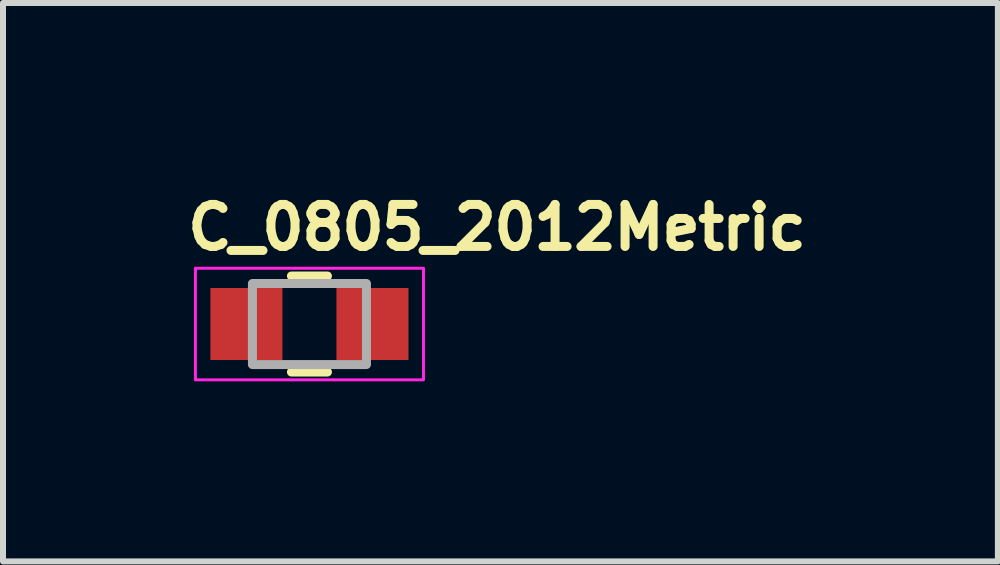
<source format=kicad_pcb>
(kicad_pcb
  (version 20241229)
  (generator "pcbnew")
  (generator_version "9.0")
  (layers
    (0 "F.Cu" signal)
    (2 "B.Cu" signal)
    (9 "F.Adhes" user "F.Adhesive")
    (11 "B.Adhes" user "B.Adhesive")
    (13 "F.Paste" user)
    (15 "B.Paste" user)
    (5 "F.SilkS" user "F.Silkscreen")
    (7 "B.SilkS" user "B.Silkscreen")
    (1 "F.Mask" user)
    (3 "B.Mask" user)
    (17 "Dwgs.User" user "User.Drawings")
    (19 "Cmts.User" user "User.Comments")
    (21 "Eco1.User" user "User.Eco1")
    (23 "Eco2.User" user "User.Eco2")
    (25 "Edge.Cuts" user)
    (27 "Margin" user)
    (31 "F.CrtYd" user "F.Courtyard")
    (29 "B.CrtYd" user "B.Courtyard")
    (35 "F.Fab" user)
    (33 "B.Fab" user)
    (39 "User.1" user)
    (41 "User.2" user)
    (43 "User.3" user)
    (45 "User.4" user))
  (footprint "C_0805_2012Metric"
    (layer "F.Cu")
    (at 2.106 2.349)
    (property "Reference" "C_0805_2012Metric" (at -2.106 -1.199 0) (layer "F.SilkS") (effects (font (size 0.7 0.7) (thickness 0.15)) (justify left bottom)))
    (attr smd)
    (fp_line (start -0.3 -0.8) (end 0.3 -0.8) (stroke (width 0.15) (type solid)) (layer "F.SilkS"))
    (fp_line (start -0.3 0.8) (end 0.3 0.8) (stroke (width 0.15) (type solid)) (layer "F.SilkS"))
    (fp_rect (start -1.9 -0.93) (end 1.9 0.93) (stroke (width 0.05) (type solid)) (fill no) (layer "F.CrtYd"))
    (fp_rect (start -0.95 -0.675) (end 0.95 0.675) (stroke (width 0.15) (type solid)) (fill no) (layer "F.Fab"))
    (fp_rect (start -1 -0.624) (end 1 0.624) (stroke (width 0.1) (type solid)) (fill no) (layer "User.5"))
    (fp_line (start -1 -0.62) (end -1 -0.619) (stroke (width 0.02) (type solid)) (layer "User.9"))
    (fp_line (start -1 -0.619) (end -1 -0.619) (stroke (width 0.02) (type solid)) (layer "User.9"))
    (fp_line (start -1 -0.619) (end -1 -0.618) (stroke (width 0.02) (type solid)) (layer "User.9"))
    (fp_line (start -1 -0.618) (end -1 -0.618) (stroke (width 0.02) (type solid)) (layer "User.9"))
    (fp_line (start -1 -0.618) (end -1 -0.618) (stroke (width 0.02) (type solid)) (layer "User.9"))
    (fp_line (start -1 -0.618) (end -1 -0.617) (stroke (width 0.02) (type solid)) (layer "User.9"))
    (fp_line (start -1 -0.617) (end -1 -0.617) (stroke (width 0.02) (type solid)) (layer "User.9"))
    (fp_line (start -1 -0.617) (end -1 -0.616) (stroke (width 0.02) (type solid)) (layer "User.9"))
    (fp_line (start -1 -0.616) (end -1 -0.615) (stroke (width 0.02) (type solid)) (layer "User.9"))
    (fp_line (start -1 -0.615) (end -1 -0.615) (stroke (width 0.02) (type solid)) (layer "User.9"))
    (fp_line (start -1 -0.615) (end -1 -0.615) (stroke (width 0.02) (type solid)) (layer "User.9"))
    (fp_line (start -1 -0.615) (end -1 -0.614) (stroke (width 0.02) (type solid)) (layer "User.9"))
    (fp_line (start -1 -0.615) (end -1 0.613) (stroke (width 0.02) (type solid)) (layer "User.9"))
    (fp_line (start -1 -0.614) (end -1 -0.614) (stroke (width 0.02) (type solid)) (layer "User.9"))
    (fp_line (start -1 -0.614) (end -1 -0.613) (stroke (width 0.02) (type solid)) (layer "User.9"))
    (fp_line (start -1 -0.613) (end -1 -0.613) (stroke (width 0.02) (type solid)) (layer "User.9"))
    (fp_line (start -1 -0.613) (end -1 -0.613) (stroke (width 0.02) (type solid)) (layer "User.9"))
    (fp_line (start -1 -0.613) (end -1 -0.612) (stroke (width 0.02) (type solid)) (layer "User.9"))
    (fp_line (start -1 -0.612) (end -1 -0.612) (stroke (width 0.02) (type solid)) (layer "User.9"))
    (fp_line (start -1 -0.612) (end -1 -0.611) (stroke (width 0.02) (type solid)) (layer "User.9"))
    (fp_line (start -1 -0.611) (end -0.999 -0.611) (stroke (width 0.02) (type solid)) (layer "User.9"))
    (fp_line (start -1 0.609) (end -1 0.61) (stroke (width 0.02) (type solid)) (layer "User.9"))
    (fp_line (start -1 0.61) (end -1 0.61) (stroke (width 0.02) (type solid)) (layer "User.9"))
    (fp_line (start -1 0.61) (end -1 0.611) (stroke (width 0.02) (type solid)) (layer "User.9"))
    (fp_line (start -1 0.611) (end -1 0.611) (stroke (width 0.02) (type solid)) (layer "User.9"))
    (fp_line (start -1 0.611) (end -1 0.611) (stroke (width 0.02) (type solid)) (layer "User.9"))
    (fp_line (start -1 0.611) (end -1 0.612) (stroke (width 0.02) (type solid)) (layer "User.9"))
    (fp_line (start -1 0.612) (end -1 0.612) (stroke (width 0.02) (type solid)) (layer "User.9"))
    (fp_line (start -1 0.612) (end -1 0.613) (stroke (width 0.02) (type solid)) (layer "User.9"))
    (fp_line (start -1 0.613) (end -1 0.613) (stroke (width 0.02) (type solid)) (layer "User.9"))
    (fp_line (start -1 0.613) (end -1 0.613) (stroke (width 0.02) (type solid)) (layer "User.9"))
    (fp_line (start -1 0.613) (end -1 0.614) (stroke (width 0.02) (type solid)) (layer "User.9"))
    (fp_line (start -1 0.614) (end -1 0.615) (stroke (width 0.02) (type solid)) (layer "User.9"))
    (fp_line (start -1 0.615) (end -1 0.615) (stroke (width 0.02) (type solid)) (layer "User.9"))
    (fp_line (start -1 0.615) (end -1 0.616) (stroke (width 0.02) (type solid)) (layer "User.9"))
    (fp_line (start -1 0.616) (end -1 0.616) (stroke (width 0.02) (type solid)) (layer "User.9"))
    (fp_line (start -1 0.616) (end -1 0.616) (stroke (width 0.02) (type solid)) (layer "User.9"))
    (fp_line (start -1 0.616) (end -1 0.617) (stroke (width 0.02) (type solid)) (layer "User.9"))
    (fp_line (start -1 0.617) (end -1 0.617) (stroke (width 0.02) (type solid)) (layer "User.9"))
    (fp_line (start -1 0.617) (end -1 0.618) (stroke (width 0.02) (type solid)) (layer "User.9"))
    (fp_line (start -1 0.618) (end -0.999 0.618) (stroke (width 0.02) (type solid)) (layer "User.9"))
    (fp_line (start -0.999 -0.621) (end -0.999 -0.621) (stroke (width 0.02) (type solid)) (layer "User.9"))
    (fp_line (start -0.999 -0.621) (end -0.999 -0.621) (stroke (width 0.02) (type solid)) (layer "User.9"))
    (fp_line (start -0.999 -0.621) (end -0.999 -0.62) (stroke (width 0.02) (type solid)) (layer "User.9"))
    (fp_line (start -0.999 -0.62) (end -1 -0.62) (stroke (width 0.02) (type solid)) (layer "User.9"))
    (fp_line (start -0.999 -0.611) (end -0.999 -0.61) (stroke (width 0.02) (type solid)) (layer "User.9"))
    (fp_line (start -0.999 -0.61) (end -0.999 -0.61) (stroke (width 0.02) (type solid)) (layer "User.9"))
    (fp_line (start -0.999 -0.61) (end -0.999 -0.61) (stroke (width 0.02) (type solid)) (layer "User.9"))
    (fp_line (start -0.999 -0.61) (end -0.998 -0.609) (stroke (width 0.02) (type solid)) (layer "User.9"))
    (fp_line (start -0.999 0.608) (end -0.999 0.608) (stroke (width 0.02) (type solid)) (layer "User.9"))
    (fp_line (start -0.999 0.608) (end -0.999 0.608) (stroke (width 0.02) (type solid)) (layer "User.9"))
    (fp_line (start -0.999 0.608) (end -0.999 0.609) (stroke (width 0.02) (type solid)) (layer "User.9"))
    (fp_line (start -0.999 0.609) (end -1 0.609) (stroke (width 0.02) (type solid)) (layer "User.9"))
    (fp_line (start -0.999 0.618) (end -0.999 0.619) (stroke (width 0.02) (type solid)) (layer "User.9"))
    (fp_line (start -0.999 0.619) (end -0.999 0.619) (stroke (width 0.02) (type solid)) (layer "User.9"))
    (fp_line (start -0.999 0.619) (end -0.999 0.619) (stroke (width 0.02) (type solid)) (layer "User.9"))
    (fp_line (start -0.999 0.619) (end -0.998 0.62) (stroke (width 0.02) (type solid)) (layer "User.9"))
    (fp_line (start -0.998 -0.623) (end -0.998 -0.622) (stroke (width 0.02) (type solid)) (layer "User.9"))
    (fp_line (start -0.998 -0.622) (end -0.999 -0.621) (stroke (width 0.02) (type solid)) (layer "User.9"))
    (fp_line (start -0.998 -0.622) (end -0.998 -0.622) (stroke (width 0.02) (type solid)) (layer "User.9"))
    (fp_line (start -0.998 -0.609) (end -0.998 -0.609) (stroke (width 0.02) (type solid)) (layer "User.9"))
    (fp_line (start -0.998 -0.609) (end -0.998 -0.608) (stroke (width 0.02) (type solid)) (layer "User.9"))
    (fp_line (start -0.998 -0.608) (end -0.997 -0.608) (stroke (width 0.02) (type solid)) (layer "User.9"))
    (fp_line (start -0.998 0.606) (end -0.998 0.607) (stroke (width 0.02) (type solid)) (layer "User.9"))
    (fp_line (start -0.998 0.607) (end -0.999 0.608) (stroke (width 0.02) (type solid)) (layer "User.9"))
    (fp_line (start -0.998 0.607) (end -0.998 0.607) (stroke (width 0.02) (type solid)) (layer "User.9"))
    (fp_line (start -0.998 0.62) (end -0.998 0.62) (stroke (width 0.02) (type solid)) (layer "User.9"))
    (fp_line (start -0.998 0.62) (end -0.998 0.621) (stroke (width 0.02) (type solid)) (layer "User.9"))
    (fp_line (start -0.998 0.621) (end -0.997 0.621) (stroke (width 0.02) (type solid)) (layer "User.9"))
    (fp_line (start -0.997 -0.623) (end -0.998 -0.623) (stroke (width 0.02) (type solid)) (layer "User.9"))
    (fp_line (start -0.997 -0.623) (end -0.997 -0.623) (stroke (width 0.02) (type solid)) (layer "User.9"))
    (fp_line (start -0.997 -0.608) (end -0.997 -0.608) (stroke (width 0.02) (type solid)) (layer "User.9"))
    (fp_line (start -0.997 -0.608) (end -0.996 -0.607) (stroke (width 0.02) (type solid)) (layer "User.9"))
    (fp_line (start -0.997 0.606) (end -0.998 0.606) (stroke (width 0.02) (type solid)) (layer "User.9"))
    (fp_line (start -0.997 0.606) (end -0.997 0.606) (stroke (width 0.02) (type solid)) (layer "User.9"))
    (fp_line (start -0.997 0.621) (end -0.997 0.621) (stroke (width 0.02) (type solid)) (layer "User.9"))
    (fp_line (start -0.997 0.621) (end -0.996 0.622) (stroke (width 0.02) (type solid)) (layer "User.9"))
    (fp_line (start -0.996 -0.624) (end -0.997 -0.623) (stroke (width 0.02) (type solid)) (layer "User.9"))
    (fp_line (start -0.996 -0.624) (end -0.996 -0.624) (stroke (width 0.02) (type solid)) (layer "User.9"))
    (fp_line (start -0.996 -0.624) (end -0.996 -0.624) (stroke (width 0.02) (type solid)) (layer "User.9"))
    (fp_line (start -0.996 -0.607) (end -0.996 -0.607) (stroke (width 0.02) (type solid)) (layer "User.9"))
    (fp_line (start -0.996 -0.607) (end -0.996 -0.607) (stroke (width 0.02) (type solid)) (layer "User.9"))
    (fp_line (start -0.996 -0.607) (end -0.995 -0.607) (stroke (width 0.02) (type solid)) (layer "User.9"))
    (fp_line (start -0.996 0.605) (end -0.997 0.606) (stroke (width 0.02) (type solid)) (layer "User.9"))
    (fp_line (start -0.996 0.605) (end -0.996 0.605) (stroke (width 0.02) (type solid)) (layer "User.9"))
    (fp_line (start -0.996 0.605) (end -0.996 0.605) (stroke (width 0.02) (type solid)) (layer "User.9"))
    (fp_line (start -0.996 0.622) (end -0.996 0.622) (stroke (width 0.02) (type solid)) (layer "User.9"))
    (fp_line (start -0.996 0.622) (end -0.996 0.622) (stroke (width 0.02) (type solid)) (layer "User.9"))
    (fp_line (start -0.996 0.622) (end -0.995 0.622) (stroke (width 0.02) (type solid)) (layer "User.9"))
    (fp_line (start -0.995 -0.625) (end -0.995 -0.624) (stroke (width 0.02) (type solid)) (layer "User.9"))
    (fp_line (start -0.995 -0.624) (end -0.996 -0.624) (stroke (width 0.02) (type solid)) (layer "User.9"))
    (fp_line (start -0.995 -0.607) (end -0.995 -0.606) (stroke (width 0.02) (type solid)) (layer "User.9"))
    (fp_line (start -0.995 -0.606) (end -0.994 -0.606) (stroke (width 0.02) (type solid)) (layer "User.9"))
    (fp_line (start -0.995 0.604) (end -0.995 0.605) (stroke (width 0.02) (type solid)) (layer "User.9"))
    (fp_line (start -0.995 0.605) (end -0.996 0.605) (stroke (width 0.02) (type solid)) (layer "User.9"))
    (fp_line (start -0.995 0.622) (end -0.995 0.623) (stroke (width 0.02) (type solid)) (layer "User.9"))
    (fp_line (start -0.995 0.623) (end -0.994 0.623) (stroke (width 0.02) (type solid)) (layer "User.9"))
    (fp_line (start -0.994 -0.625) (end -0.995 -0.625) (stroke (width 0.02) (type solid)) (layer "User.9"))
    (fp_line (start -0.994 -0.625) (end -0.994 -0.625) (stroke (width 0.02) (type solid)) (layer "User.9"))
    (fp_line (start -0.994 -0.606) (end -0.994 -0.606) (stroke (width 0.02) (type solid)) (layer "User.9"))
    (fp_line (start -0.994 -0.606) (end -0.993 -0.606) (stroke (width 0.02) (type solid)) (layer "User.9"))
    (fp_line (start -0.994 0.604) (end -0.995 0.604) (stroke (width 0.02) (type solid)) (layer "User.9"))
    (fp_line (start -0.994 0.604) (end -0.994 0.604) (stroke (width 0.02) (type solid)) (layer "User.9"))
    (fp_line (start -0.994 0.623) (end -0.994 0.623) (stroke (width 0.02) (type solid)) (layer "User.9"))
    (fp_line (start -0.994 0.623) (end -0.993 0.623) (stroke (width 0.02) (type solid)) (layer "User.9"))
    (fp_line (start -0.993 -0.625) (end -0.994 -0.625) (stroke (width 0.02) (type solid)) (layer "User.9"))
    (fp_line (start -0.993 -0.625) (end -0.993 -0.625) (stroke (width 0.02) (type solid)) (layer "User.9"))
    (fp_line (start -0.993 -0.625) (end -0.993 -0.625) (stroke (width 0.02) (type solid)) (layer "User.9"))
    (fp_line (start -0.993 -0.606) (end -0.993 -0.606) (stroke (width 0.02) (type solid)) (layer "User.9"))
    (fp_line (start -0.993 -0.606) (end -0.993 -0.606) (stroke (width 0.02) (type solid)) (layer "User.9"))
    (fp_line (start -0.993 -0.606) (end -0.992 -0.606) (stroke (width 0.02) (type solid)) (layer "User.9"))
    (fp_line (start -0.993 0.604) (end -0.994 0.604) (stroke (width 0.02) (type solid)) (layer "User.9"))
    (fp_line (start -0.993 0.604) (end -0.993 0.604) (stroke (width 0.02) (type solid)) (layer "User.9"))
    (fp_line (start -0.993 0.604) (end -0.993 0.604) (stroke (width 0.02) (type solid)) (layer "User.9"))
    (fp_line (start -0.993 0.623) (end -0.993 0.623) (stroke (width 0.02) (type solid)) (layer "User.9"))
    (fp_line (start -0.993 0.623) (end -0.993 0.623) (stroke (width 0.02) (type solid)) (layer "User.9"))
    (fp_line (start -0.993 0.623) (end -0.992 0.623) (stroke (width 0.02) (type solid)) (layer "User.9"))
    (fp_line (start -0.992 -0.625) (end -0.993 -0.625) (stroke (width 0.02) (type solid)) (layer "User.9"))
    (fp_line (start -0.992 -0.625) (end -0.992 -0.625) (stroke (width 0.02) (type solid)) (layer "User.9"))
    (fp_line (start -0.992 -0.606) (end -0.992 -0.606) (stroke (width 0.02) (type solid)) (layer "User.9"))
    (fp_line (start -0.992 -0.606) (end -0.991 -0.606) (stroke (width 0.02) (type solid)) (layer "User.9"))
    (fp_line (start -0.992 0.604) (end -0.993 0.604) (stroke (width 0.02) (type solid)) (layer "User.9"))
    (fp_line (start -0.992 0.604) (end -0.992 0.604) (stroke (width 0.02) (type solid)) (layer "User.9"))
    (fp_line (start -0.992 0.623) (end -0.992 0.623) (stroke (width 0.02) (type solid)) (layer "User.9"))
    (fp_line (start -0.992 0.623) (end -0.991 0.623) (stroke (width 0.02) (type solid)) (layer "User.9"))
    (fp_line (start -0.991 -0.625) (end -0.992 -0.625) (stroke (width 0.02) (type solid)) (layer "User.9"))
    (fp_line (start -0.991 -0.606) (end -0.99 -0.605) (stroke (width 0.02) (type solid)) (layer "User.9"))
    (fp_line (start -0.991 0.604) (end -0.992 0.604) (stroke (width 0.02) (type solid)) (layer "User.9"))
    (fp_line (start -0.991 0.623) (end -0.99 0.623) (stroke (width 0.02) (type solid)) (layer "User.9"))
    (fp_line (start -0.99 -0.625) (end -0.991 -0.625) (stroke (width 0.02) (type solid)) (layer "User.9"))
    (fp_line (start -0.99 -0.625) (end -0.99 -0.625) (stroke (width 0.02) (type solid)) (layer "User.9"))
    (fp_line (start -0.99 -0.625) (end -0.99 -0.625) (stroke (width 0.02) (type solid)) (layer "User.9"))
    (fp_line (start -0.99 -0.606) (end -0.989 -0.606) (stroke (width 0.02) (type solid)) (layer "User.9"))
    (fp_line (start -0.99 -0.605) (end -0.99 -0.606) (stroke (width 0.02) (type solid)) (layer "User.9"))
    (fp_line (start -0.99 -0.605) (end -0.99 -0.605) (stroke (width 0.02) (type solid)) (layer "User.9"))
    (fp_line (start -0.99 0.604) (end -0.991 0.604) (stroke (width 0.02) (type solid)) (layer "User.9"))
    (fp_line (start -0.99 0.604) (end -0.99 0.604) (stroke (width 0.02) (type solid)) (layer "User.9"))
    (fp_line (start -0.99 0.604) (end -0.99 0.604) (stroke (width 0.02) (type solid)) (layer "User.9"))
    (fp_line (start -0.99 0.623) (end -0.99 0.623) (stroke (width 0.02) (type solid)) (layer "User.9"))
    (fp_line (start -0.99 0.623) (end -0.99 0.623) (stroke (width 0.02) (type solid)) (layer "User.9"))
    (fp_line (start -0.99 0.623) (end -0.989 0.623) (stroke (width 0.02) (type solid)) (layer "User.9"))
    (fp_line (start -0.99 0.623) (end -0.5 0.623) (stroke (width 0.02) (type solid)) (layer "User.9"))
    (fp_line (start -0.989 -0.625) (end -0.99 -0.625) (stroke (width 0.02) (type solid)) (layer "User.9"))
    (fp_line (start -0.989 -0.625) (end -0.989 -0.625) (stroke (width 0.02) (type solid)) (layer "User.9"))
    (fp_line (start -0.989 -0.606) (end -0.989 -0.606) (stroke (width 0.02) (type solid)) (layer "User.9"))
    (fp_line (start -0.989 -0.606) (end -0.988 -0.606) (stroke (width 0.02) (type solid)) (layer "User.9"))
    (fp_line (start -0.989 0.604) (end -0.99 0.604) (stroke (width 0.02) (type solid)) (layer "User.9"))
    (fp_line (start -0.989 0.604) (end -0.989 0.604) (stroke (width 0.02) (type solid)) (layer "User.9"))
    (fp_line (start -0.989 0.623) (end -0.989 0.623) (stroke (width 0.02) (type solid)) (layer "User.9"))
    (fp_line (start -0.989 0.623) (end -0.988 0.623) (stroke (width 0.02) (type solid)) (layer "User.9"))
    (fp_line (start -0.988 -0.625) (end -0.989 -0.625) (stroke (width 0.02) (type solid)) (layer "User.9"))
    (fp_line (start -0.988 -0.625) (end -0.988 -0.625) (stroke (width 0.02) (type solid)) (layer "User.9"))
    (fp_line (start -0.988 -0.625) (end -0.988 -0.625) (stroke (width 0.02) (type solid)) (layer "User.9"))
    (fp_line (start -0.988 -0.606) (end -0.988 -0.606) (stroke (width 0.02) (type solid)) (layer "User.9"))
    (fp_line (start -0.988 -0.606) (end -0.988 -0.606) (stroke (width 0.02) (type solid)) (layer "User.9"))
    (fp_line (start -0.988 -0.606) (end -0.987 -0.606) (stroke (width 0.02) (type solid)) (layer "User.9"))
    (fp_line (start -0.988 0.604) (end -0.989 0.604) (stroke (width 0.02) (type solid)) (layer "User.9"))
    (fp_line (start -0.988 0.604) (end -0.988 0.604) (stroke (width 0.02) (type solid)) (layer "User.9"))
    (fp_line (start -0.988 0.604) (end -0.988 0.604) (stroke (width 0.02) (type solid)) (layer "User.9"))
    (fp_line (start -0.988 0.623) (end -0.988 0.623) (stroke (width 0.02) (type solid)) (layer "User.9"))
    (fp_line (start -0.988 0.623) (end -0.988 0.623) (stroke (width 0.02) (type solid)) (layer "User.9"))
    (fp_line (start -0.988 0.623) (end -0.987 0.623) (stroke (width 0.02) (type solid)) (layer "User.9"))
    (fp_line (start -0.987 -0.625) (end -0.988 -0.625) (stroke (width 0.02) (type solid)) (layer "User.9"))
    (fp_line (start -0.987 -0.625) (end -0.987 -0.625) (stroke (width 0.02) (type solid)) (layer "User.9"))
    (fp_line (start -0.987 -0.606) (end -0.987 -0.606) (stroke (width 0.02) (type solid)) (layer "User.9"))
    (fp_line (start -0.987 -0.606) (end -0.986 -0.606) (stroke (width 0.02) (type solid)) (layer "User.9"))
    (fp_line (start -0.987 0.604) (end -0.988 0.604) (stroke (width 0.02) (type solid)) (layer "User.9"))
    (fp_line (start -0.987 0.604) (end -0.987 0.604) (stroke (width 0.02) (type solid)) (layer "User.9"))
    (fp_line (start -0.987 0.623) (end -0.987 0.623) (stroke (width 0.02) (type solid)) (layer "User.9"))
    (fp_line (start -0.987 0.623) (end -0.986 0.623) (stroke (width 0.02) (type solid)) (layer "User.9"))
    (fp_line (start -0.986 -0.625) (end -0.987 -0.625) (stroke (width 0.02) (type solid)) (layer "User.9"))
    (fp_line (start -0.986 -0.624) (end -0.986 -0.625) (stroke (width 0.02) (type solid)) (layer "User.9"))
    (fp_line (start -0.986 -0.607) (end -0.985 -0.607) (stroke (width 0.02) (type solid)) (layer "User.9"))
    (fp_line (start -0.986 -0.606) (end -0.986 -0.607) (stroke (width 0.02) (type solid)) (layer "User.9"))
    (fp_line (start -0.986 0.604) (end -0.987 0.604) (stroke (width 0.02) (type solid)) (layer "User.9"))
    (fp_line (start -0.986 0.605) (end -0.986 0.604) (stroke (width 0.02) (type solid)) (layer "User.9"))
    (fp_line (start -0.986 0.622) (end -0.985 0.622) (stroke (width 0.02) (type solid)) (layer "User.9"))
    (fp_line (start -0.986 0.623) (end -0.986 0.622) (stroke (width 0.02) (type solid)) (layer "User.9"))
    (fp_line (start -0.985 -0.624) (end -0.986 -0.624) (stroke (width 0.02) (type solid)) (layer "User.9"))
    (fp_line (start -0.985 -0.624) (end -0.985 -0.624) (stroke (width 0.02) (type solid)) (layer "User.9"))
    (fp_line (start -0.985 -0.624) (end -0.985 -0.624) (stroke (width 0.02) (type solid)) (layer "User.9"))
    (fp_line (start -0.985 -0.607) (end -0.985 -0.607) (stroke (width 0.02) (type solid)) (layer "User.9"))
    (fp_line (start -0.985 -0.607) (end -0.985 -0.607) (stroke (width 0.02) (type solid)) (layer "User.9"))
    (fp_line (start -0.985 -0.607) (end -0.984 -0.608) (stroke (width 0.02) (type solid)) (layer "User.9"))
    (fp_line (start -0.985 0.605) (end -0.986 0.605) (stroke (width 0.02) (type solid)) (layer "User.9"))
    (fp_line (start -0.985 0.605) (end -0.985 0.605) (stroke (width 0.02) (type solid)) (layer "User.9"))
    (fp_line (start -0.985 0.605) (end -0.985 0.605) (stroke (width 0.02) (type solid)) (layer "User.9"))
    (fp_line (start -0.985 0.622) (end -0.985 0.622) (stroke (width 0.02) (type solid)) (layer "User.9"))
    (fp_line (start -0.985 0.622) (end -0.985 0.622) (stroke (width 0.02) (type solid)) (layer "User.9"))
    (fp_line (start -0.985 0.622) (end -0.984 0.621) (stroke (width 0.02) (type solid)) (layer "User.9"))
    (fp_line (start -0.984 -0.623) (end -0.985 -0.624) (stroke (width 0.02) (type solid)) (layer "User.9"))
    (fp_line (start -0.984 -0.623) (end -0.984 -0.623) (stroke (width 0.02) (type solid)) (layer "User.9"))
    (fp_line (start -0.984 -0.608) (end -0.984 -0.608) (stroke (width 0.02) (type solid)) (layer "User.9"))
    (fp_line (start -0.984 -0.608) (end -0.983 -0.608) (stroke (width 0.02) (type solid)) (layer "User.9"))
    (fp_line (start -0.984 0.606) (end -0.985 0.605) (stroke (width 0.02) (type solid)) (layer "User.9"))
    (fp_line (start -0.984 0.606) (end -0.984 0.606) (stroke (width 0.02) (type solid)) (layer "User.9"))
    (fp_line (start -0.984 0.621) (end -0.984 0.621) (stroke (width 0.02) (type solid)) (layer "User.9"))
    (fp_line (start -0.984 0.621) (end -0.983 0.621) (stroke (width 0.02) (type solid)) (layer "User.9"))
    (fp_line (start -0.983 -0.623) (end -0.984 -0.623) (stroke (width 0.02) (type solid)) (layer "User.9"))
    (fp_line (start -0.983 -0.622) (end -0.983 -0.623) (stroke (width 0.02) (type solid)) (layer "User.9"))
    (fp_line (start -0.983 -0.622) (end -0.983 -0.622) (stroke (width 0.02) (type solid)) (layer "User.9"))
    (fp_line (start -0.983 -0.609) (end -0.983 -0.609) (stroke (width 0.02) (type solid)) (layer "User.9"))
    (fp_line (start -0.983 -0.609) (end -0.982 -0.61) (stroke (width 0.02) (type solid)) (layer "User.9"))
    (fp_line (start -0.983 -0.608) (end -0.983 -0.609) (stroke (width 0.02) (type solid)) (layer "User.9"))
    (fp_line (start -0.983 0.606) (end -0.984 0.606) (stroke (width 0.02) (type solid)) (layer "User.9"))
    (fp_line (start -0.983 0.607) (end -0.983 0.606) (stroke (width 0.02) (type solid)) (layer "User.9"))
    (fp_line (start -0.983 0.607) (end -0.983 0.607) (stroke (width 0.02) (type solid)) (layer "User.9"))
    (fp_line (start -0.983 0.62) (end -0.983 0.62) (stroke (width 0.02) (type solid)) (layer "User.9"))
    (fp_line (start -0.983 0.62) (end -0.982 0.619) (stroke (width 0.02) (type solid)) (layer "User.9"))
    (fp_line (start -0.983 0.621) (end -0.983 0.62) (stroke (width 0.02) (type solid)) (layer "User.9"))
    (fp_line (start -0.982 -0.621) (end -0.983 -0.622) (stroke (width 0.02) (type solid)) (layer "User.9"))
    (fp_line (start -0.982 -0.621) (end -0.982 -0.621) (stroke (width 0.02) (type solid)) (layer "User.9"))
    (fp_line (start -0.982 -0.621) (end -0.982 -0.621) (stroke (width 0.02) (type solid)) (layer "User.9"))
    (fp_line (start -0.982 -0.62) (end -0.982 -0.621) (stroke (width 0.02) (type solid)) (layer "User.9"))
    (fp_line (start -0.982 -0.611) (end -0.981 -0.611) (stroke (width 0.02) (type solid)) (layer "User.9"))
    (fp_line (start -0.982 -0.61) (end -0.982 -0.611) (stroke (width 0.02) (type solid)) (layer "User.9"))
    (fp_line (start -0.982 -0.61) (end -0.982 -0.61) (stroke (width 0.02) (type solid)) (layer "User.9"))
    (fp_line (start -0.982 -0.61) (end -0.982 -0.61) (stroke (width 0.02) (type solid)) (layer "User.9"))
    (fp_line (start -0.982 0.608) (end -0.983 0.607) (stroke (width 0.02) (type solid)) (layer "User.9"))
    (fp_line (start -0.982 0.608) (end -0.982 0.608) (stroke (width 0.02) (type solid)) (layer "User.9"))
    (fp_line (start -0.982 0.608) (end -0.982 0.608) (stroke (width 0.02) (type solid)) (layer "User.9"))
    (fp_line (start -0.982 0.609) (end -0.982 0.608) (stroke (width 0.02) (type solid)) (layer "User.9"))
    (fp_line (start -0.982 0.618) (end -0.981 0.618) (stroke (width 0.02) (type solid)) (layer "User.9"))
    (fp_line (start -0.982 0.619) (end -0.982 0.618) (stroke (width 0.02) (type solid)) (layer "User.9"))
    (fp_line (start -0.982 0.619) (end -0.982 0.619) (stroke (width 0.02) (type solid)) (layer "User.9"))
    (fp_line (start -0.982 0.619) (end -0.982 0.619) (stroke (width 0.02) (type solid)) (layer "User.9"))
    (fp_line (start -0.981 -0.62) (end -0.982 -0.62) (stroke (width 0.02) (type solid)) (layer "User.9"))
    (fp_line (start -0.981 -0.619) (end -0.981 -0.62) (stroke (width 0.02) (type solid)) (layer "User.9"))
    (fp_line (start -0.981 -0.619) (end -0.981 -0.619) (stroke (width 0.02) (type solid)) (layer "User.9"))
    (fp_line (start -0.981 -0.618) (end -0.981 -0.619) (stroke (width 0.02) (type solid)) (layer "User.9"))
    (fp_line (start -0.981 -0.618) (end -0.981 -0.618) (stroke (width 0.02) (type solid)) (layer "User.9"))
    (fp_line (start -0.981 -0.618) (end -0.981 -0.618) (stroke (width 0.02) (type solid)) (layer "User.9"))
    (fp_line (start -0.981 -0.617) (end -0.981 -0.618) (stroke (width 0.02) (type solid)) (layer "User.9"))
    (fp_line (start -0.981 -0.617) (end -0.981 -0.617) (stroke (width 0.02) (type solid)) (layer "User.9"))
    (fp_line (start -0.981 -0.616) (end -0.981 -0.617) (stroke (width 0.02) (type solid)) (layer "User.9"))
    (fp_line (start -0.981 -0.615) (end -0.98 -0.615) (stroke (width 0.02) (type solid)) (layer "User.9"))
    (fp_line (start -0.981 -0.614) (end -0.981 -0.615) (stroke (width 0.02) (type solid)) (layer "User.9"))
    (fp_line (start -0.981 -0.614) (end -0.981 -0.614) (stroke (width 0.02) (type solid)) (layer "User.9"))
    (fp_line (start -0.981 -0.613) (end -0.981 -0.614) (stroke (width 0.02) (type solid)) (layer "User.9"))
    (fp_line (start -0.981 -0.613) (end -0.981 -0.613) (stroke (width 0.02) (type solid)) (layer "User.9"))
    (fp_line (start -0.981 -0.613) (end -0.981 -0.613) (stroke (width 0.02) (type solid)) (layer "User.9"))
    (fp_line (start -0.981 -0.612) (end -0.981 -0.613) (stroke (width 0.02) (type solid)) (layer "User.9"))
    (fp_line (start -0.981 -0.612) (end -0.981 -0.612) (stroke (width 0.02) (type solid)) (layer "User.9"))
    (fp_line (start -0.981 -0.611) (end -0.981 -0.612) (stroke (width 0.02) (type solid)) (layer "User.9"))
    (fp_line (start -0.981 0.609) (end -0.982 0.609) (stroke (width 0.02) (type solid)) (layer "User.9"))
    (fp_line (start -0.981 0.61) (end -0.981 0.609) (stroke (width 0.02) (type solid)) (layer "User.9"))
    (fp_line (start -0.981 0.61) (end -0.981 0.61) (stroke (width 0.02) (type solid)) (layer "User.9"))
    (fp_line (start -0.981 0.611) (end -0.981 0.61) (stroke (width 0.02) (type solid)) (layer "User.9"))
    (fp_line (start -0.981 0.611) (end -0.981 0.611) (stroke (width 0.02) (type solid)) (layer "User.9"))
    (fp_line (start -0.981 0.611) (end -0.981 0.611) (stroke (width 0.02) (type solid)) (layer "User.9"))
    (fp_line (start -0.981 0.612) (end -0.981 0.611) (stroke (width 0.02) (type solid)) (layer "User.9"))
    (fp_line (start -0.981 0.612) (end -0.981 0.612) (stroke (width 0.02) (type solid)) (layer "User.9"))
    (fp_line (start -0.981 0.613) (end -0.981 0.612) (stroke (width 0.02) (type solid)) (layer "User.9"))
    (fp_line (start -0.981 0.614) (end -0.98 0.613) (stroke (width 0.02) (type solid)) (layer "User.9"))
    (fp_line (start -0.981 0.615) (end -0.981 0.614) (stroke (width 0.02) (type solid)) (layer "User.9"))
    (fp_line (start -0.981 0.615) (end -0.981 0.615) (stroke (width 0.02) (type solid)) (layer "User.9"))
    (fp_line (start -0.981 0.616) (end -0.981 0.615) (stroke (width 0.02) (type solid)) (layer "User.9"))
    (fp_line (start -0.981 0.616) (end -0.981 0.616) (stroke (width 0.02) (type solid)) (layer "User.9"))
    (fp_line (start -0.981 0.616) (end -0.981 0.616) (stroke (width 0.02) (type solid)) (layer "User.9"))
    (fp_line (start -0.981 0.617) (end -0.981 0.616) (stroke (width 0.02) (type solid)) (layer "User.9"))
    (fp_line (start -0.981 0.617) (end -0.981 0.617) (stroke (width 0.02) (type solid)) (layer "User.9"))
    (fp_line (start -0.981 0.618) (end -0.981 0.617) (stroke (width 0.02) (type solid)) (layer "User.9"))
    (fp_line (start -0.98 -0.615) (end -0.981 -0.616) (stroke (width 0.02) (type solid)) (layer "User.9"))
    (fp_line (start -0.98 -0.615) (end -0.98 -0.615) (stroke (width 0.02) (type solid)) (layer "User.9"))
    (fp_line (start -0.98 -0.615) (end -0.98 -0.615) (stroke (width 0.02) (type solid)) (layer "User.9"))
    (fp_line (start -0.98 0.613) (end -0.981 0.613) (stroke (width 0.02) (type solid)) (layer "User.9"))
    (fp_line (start -0.98 0.613) (end -0.98 0.613) (stroke (width 0.02) (type solid)) (layer "User.9"))
    (fp_line (start -0.98 0.613) (end -0.98 0.613) (stroke (width 0.02) (type solid)) (layer "User.9"))
    (fp_line (start -0.5 -0.625) (end -0.99 -0.625) (stroke (width 0.02) (type solid)) (layer "User.9"))
    (fp_line (start -0.5 -0.615) (end -0.5 -0.625) (stroke (width 0.02) (type solid)) (layer "User.9"))
    (fp_line (start -0.5 0.609) (end 0.498 0.609) (stroke (width 0.02) (type solid)) (layer "User.9"))
    (fp_line (start -0.5 0.613) (end -0.5 -0.615) (stroke (width 0.02) (type solid)) (layer "User.9"))
    (fp_line (start -0.5 0.623) (end -0.5 0.613) (stroke (width 0.02) (type solid)) (layer "User.9"))
    (fp_line (start 0.498 -0.625) (end 0.498 -0.615) (stroke (width 0.02) (type solid)) (layer "User.9"))
    (fp_line (start 0.498 -0.615) (end 0.498 0.613) (stroke (width 0.02) (type solid)) (layer "User.9"))
    (fp_line (start 0.498 -0.61) (end -0.5 -0.61) (stroke (width 0.02) (type solid)) (layer "User.9"))
    (fp_line (start 0.498 0.613) (end 0.498 0.623) (stroke (width 0.02) (type solid)) (layer "User.9"))
    (fp_line (start 0.498 0.623) (end 0.988 0.623) (stroke (width 0.02) (type solid)) (layer "User.9"))
    (fp_line (start 0.978 -0.615) (end 0.978 -0.615) (stroke (width 0.02) (type solid)) (layer "User.9"))
    (fp_line (start 0.978 -0.615) (end 0.979 -0.615) (stroke (width 0.02) (type solid)) (layer "User.9"))
    (fp_line (start 0.978 0.613) (end 0.978 0.613) (stroke (width 0.02) (type solid)) (layer "User.9"))
    (fp_line (start 0.978 0.613) (end 0.979 0.614) (stroke (width 0.02) (type solid)) (layer "User.9"))
    (fp_line (start 0.979 -0.62) (end 0.979 -0.619) (stroke (width 0.02) (type solid)) (layer "User.9"))
    (fp_line (start 0.979 -0.619) (end 0.979 -0.619) (stroke (width 0.02) (type solid)) (layer "User.9"))
    (fp_line (start 0.979 -0.619) (end 0.979 -0.618) (stroke (width 0.02) (type solid)) (layer "User.9"))
    (fp_line (start 0.979 -0.618) (end 0.979 -0.618) (stroke (width 0.02) (type solid)) (layer "User.9"))
    (fp_line (start 0.979 -0.618) (end 0.979 -0.618) (stroke (width 0.02) (type solid)) (layer "User.9"))
    (fp_line (start 0.979 -0.618) (end 0.979 -0.617) (stroke (width 0.02) (type solid)) (layer "User.9"))
    (fp_line (start 0.979 -0.617) (end 0.979 -0.617) (stroke (width 0.02) (type solid)) (layer "User.9"))
    (fp_line (start 0.979 -0.617) (end 0.979 -0.616) (stroke (width 0.02) (type solid)) (layer "User.9"))
    (fp_line (start 0.979 -0.616) (end 0.978 -0.615) (stroke (width 0.02) (type solid)) (layer "User.9"))
    (fp_line (start 0.979 -0.615) (end 0.979 -0.614) (stroke (width 0.02) (type solid)) (layer "User.9"))
    (fp_line (start 0.979 -0.614) (end 0.979 -0.614) (stroke (width 0.02) (type solid)) (layer "User.9"))
    (fp_line (start 0.979 -0.614) (end 0.979 -0.613) (stroke (width 0.02) (type solid)) (layer "User.9"))
    (fp_line (start 0.979 -0.613) (end 0.979 -0.613) (stroke (width 0.02) (type solid)) (layer "User.9"))
    (fp_line (start 0.979 -0.613) (end 0.979 -0.613) (stroke (width 0.02) (type solid)) (layer "User.9"))
    (fp_line (start 0.979 -0.613) (end 0.979 -0.612) (stroke (width 0.02) (type solid)) (layer "User.9"))
    (fp_line (start 0.979 -0.612) (end 0.979 -0.612) (stroke (width 0.02) (type solid)) (layer "User.9"))
    (fp_line (start 0.979 -0.612) (end 0.979 -0.611) (stroke (width 0.02) (type solid)) (layer "User.9"))
    (fp_line (start 0.979 -0.611) (end 0.98 -0.611) (stroke (width 0.02) (type solid)) (layer "User.9"))
    (fp_line (start 0.979 0.609) (end 0.979 0.61) (stroke (width 0.02) (type solid)) (layer "User.9"))
    (fp_line (start 0.979 0.61) (end 0.979 0.61) (stroke (width 0.02) (type solid)) (layer "User.9"))
    (fp_line (start 0.979 0.61) (end 0.979 0.611) (stroke (width 0.02) (type solid)) (layer "User.9"))
    (fp_line (start 0.979 0.611) (end 0.979 0.611) (stroke (width 0.02) (type solid)) (layer "User.9"))
    (fp_line (start 0.979 0.611) (end 0.979 0.611) (stroke (width 0.02) (type solid)) (layer "User.9"))
    (fp_line (start 0.979 0.611) (end 0.979 0.612) (stroke (width 0.02) (type solid)) (layer "User.9"))
    (fp_line (start 0.979 0.612) (end 0.979 0.612) (stroke (width 0.02) (type solid)) (layer "User.9"))
    (fp_line (start 0.979 0.612) (end 0.979 0.613) (stroke (width 0.02) (type solid)) (layer "User.9"))
    (fp_line (start 0.979 0.613) (end 0.978 0.613) (stroke (width 0.02) (type solid)) (layer "User.9"))
    (fp_line (start 0.979 0.614) (end 0.979 0.615) (stroke (width 0.02) (type solid)) (layer "User.9"))
    (fp_line (start 0.979 0.615) (end 0.979 0.615) (stroke (width 0.02) (type solid)) (layer "User.9"))
    (fp_line (start 0.979 0.615) (end 0.979 0.616) (stroke (width 0.02) (type solid)) (layer "User.9"))
    (fp_line (start 0.979 0.616) (end 0.979 0.616) (stroke (width 0.02) (type solid)) (layer "User.9"))
    (fp_line (start 0.979 0.616) (end 0.979 0.616) (stroke (width 0.02) (type solid)) (layer "User.9"))
    (fp_line (start 0.979 0.616) (end 0.979 0.617) (stroke (width 0.02) (type solid)) (layer "User.9"))
    (fp_line (start 0.979 0.617) (end 0.979 0.617) (stroke (width 0.02) (type solid)) (layer "User.9"))
    (fp_line (start 0.979 0.617) (end 0.979 0.618) (stroke (width 0.02) (type solid)) (layer "User.9"))
    (fp_line (start 0.979 0.618) (end 0.98 0.618) (stroke (width 0.02) (type solid)) (layer "User.9"))
    (fp_line (start 0.98 -0.621) (end 0.98 -0.621) (stroke (width 0.02) (type solid)) (layer "User.9"))
    (fp_line (start 0.98 -0.621) (end 0.98 -0.621) (stroke (width 0.02) (type solid)) (layer "User.9"))
    (fp_line (start 0.98 -0.621) (end 0.98 -0.62) (stroke (width 0.02) (type solid)) (layer "User.9"))
    (fp_line (start 0.98 -0.62) (end 0.979 -0.62) (stroke (width 0.02) (type solid)) (layer "User.9"))
    (fp_line (start 0.98 -0.611) (end 0.98 -0.61) (stroke (width 0.02) (type solid)) (layer "User.9"))
    (fp_line (start 0.98 -0.61) (end 0.98 -0.61) (stroke (width 0.02) (type solid)) (layer "User.9"))
    (fp_line (start 0.98 -0.61) (end 0.98 -0.61) (stroke (width 0.02) (type solid)) (layer "User.9"))
    (fp_line (start 0.98 -0.61) (end 0.981 -0.609) (stroke (width 0.02) (type solid)) (layer "User.9"))
    (fp_line (start 0.98 0.608) (end 0.98 0.608) (stroke (width 0.02) (type solid)) (layer "User.9"))
    (fp_line (start 0.98 0.608) (end 0.98 0.608) (stroke (width 0.02) (type solid)) (layer "User.9"))
    (fp_line (start 0.98 0.608) (end 0.98 0.609) (stroke (width 0.02) (type solid)) (layer "User.9"))
    (fp_line (start 0.98 0.609) (end 0.979 0.609) (stroke (width 0.02) (type solid)) (layer "User.9"))
    (fp_line (start 0.98 0.618) (end 0.98 0.619) (stroke (width 0.02) (type solid)) (layer "User.9"))
    (fp_line (start 0.98 0.619) (end 0.98 0.619) (stroke (width 0.02) (type solid)) (layer "User.9"))
    (fp_line (start 0.98 0.619) (end 0.98 0.619) (stroke (width 0.02) (type solid)) (layer "User.9"))
    (fp_line (start 0.98 0.619) (end 0.981 0.62) (stroke (width 0.02) (type solid)) (layer "User.9"))
    (fp_line (start 0.981 -0.623) (end 0.981 -0.622) (stroke (width 0.02) (type solid)) (layer "User.9"))
    (fp_line (start 0.981 -0.622) (end 0.98 -0.621) (stroke (width 0.02) (type solid)) (layer "User.9"))
    (fp_line (start 0.981 -0.622) (end 0.981 -0.622) (stroke (width 0.02) (type solid)) (layer "User.9"))
    (fp_line (start 0.981 -0.609) (end 0.981 -0.609) (stroke (width 0.02) (type solid)) (layer "User.9"))
    (fp_line (start 0.981 -0.609) (end 0.981 -0.608) (stroke (width 0.02) (type solid)) (layer "User.9"))
    (fp_line (start 0.981 -0.608) (end 0.982 -0.608) (stroke (width 0.02) (type solid)) (layer "User.9"))
    (fp_line (start 0.981 0.606) (end 0.981 0.607) (stroke (width 0.02) (type solid)) (layer "User.9"))
    (fp_line (start 0.981 0.607) (end 0.98 0.608) (stroke (width 0.02) (type solid)) (layer "User.9"))
    (fp_line (start 0.981 0.607) (end 0.981 0.607) (stroke (width 0.02) (type solid)) (layer "User.9"))
    (fp_line (start 0.981 0.62) (end 0.981 0.62) (stroke (width 0.02) (type solid)) (layer "User.9"))
    (fp_line (start 0.981 0.62) (end 0.981 0.621) (stroke (width 0.02) (type solid)) (layer "User.9"))
    (fp_line (start 0.981 0.621) (end 0.982 0.621) (stroke (width 0.02) (type solid)) (layer "User.9"))
    (fp_line (start 0.982 -0.623) (end 0.981 -0.623) (stroke (width 0.02) (type solid)) (layer "User.9"))
    (fp_line (start 0.982 -0.623) (end 0.982 -0.623) (stroke (width 0.02) (type solid)) (layer "User.9"))
    (fp_line (start 0.982 -0.608) (end 0.982 -0.608) (stroke (width 0.02) (type solid)) (layer "User.9"))
    (fp_line (start 0.982 -0.608) (end 0.983 -0.607) (stroke (width 0.02) (type solid)) (layer "User.9"))
    (fp_line (start 0.982 0.606) (end 0.981 0.606) (stroke (width 0.02) (type solid)) (layer "User.9"))
    (fp_line (start 0.982 0.606) (end 0.982 0.606) (stroke (width 0.02) (type solid)) (layer "User.9"))
    (fp_line (start 0.982 0.621) (end 0.982 0.621) (stroke (width 0.02) (type solid)) (layer "User.9"))
    (fp_line (start 0.982 0.621) (end 0.983 0.622) (stroke (width 0.02) (type solid)) (layer "User.9"))
    (fp_line (start 0.983 -0.624) (end 0.982 -0.623) (stroke (width 0.02) (type solid)) (layer "User.9"))
    (fp_line (start 0.983 -0.624) (end 0.983 -0.624) (stroke (width 0.02) (type solid)) (layer "User.9"))
    (fp_line (start 0.983 -0.624) (end 0.983 -0.624) (stroke (width 0.02) (type solid)) (layer "User.9"))
    (fp_line (start 0.983 -0.607) (end 0.983 -0.607) (stroke (width 0.02) (type solid)) (layer "User.9"))
    (fp_line (start 0.983 -0.607) (end 0.983 -0.607) (stroke (width 0.02) (type solid)) (layer "User.9"))
    (fp_line (start 0.983 -0.607) (end 0.984 -0.607) (stroke (width 0.02) (type solid)) (layer "User.9"))
    (fp_line (start 0.983 0.605) (end 0.982 0.606) (stroke (width 0.02) (type solid)) (layer "User.9"))
    (fp_line (start 0.983 0.605) (end 0.983 0.605) (stroke (width 0.02) (type solid)) (layer "User.9"))
    (fp_line (start 0.983 0.605) (end 0.983 0.605) (stroke (width 0.02) (type solid)) (layer "User.9"))
    (fp_line (start 0.983 0.622) (end 0.983 0.622) (stroke (width 0.02) (type solid)) (layer "User.9"))
    (fp_line (start 0.983 0.622) (end 0.983 0.622) (stroke (width 0.02) (type solid)) (layer "User.9"))
    (fp_line (start 0.983 0.622) (end 0.984 0.622) (stroke (width 0.02) (type solid)) (layer "User.9"))
    (fp_line (start 0.984 -0.625) (end 0.984 -0.624) (stroke (width 0.02) (type solid)) (layer "User.9"))
    (fp_line (start 0.984 -0.624) (end 0.983 -0.624) (stroke (width 0.02) (type solid)) (layer "User.9"))
    (fp_line (start 0.984 -0.607) (end 0.984 -0.606) (stroke (width 0.02) (type solid)) (layer "User.9"))
    (fp_line (start 0.984 -0.606) (end 0.985 -0.606) (stroke (width 0.02) (type solid)) (layer "User.9"))
    (fp_line (start 0.984 0.604) (end 0.984 0.605) (stroke (width 0.02) (type solid)) (layer "User.9"))
    (fp_line (start 0.984 0.605) (end 0.983 0.605) (stroke (width 0.02) (type solid)) (layer "User.9"))
    (fp_line (start 0.984 0.622) (end 0.984 0.623) (stroke (width 0.02) (type solid)) (layer "User.9"))
    (fp_line (start 0.984 0.623) (end 0.985 0.623) (stroke (width 0.02) (type solid)) (layer "User.9"))
    (fp_line (start 0.985 -0.625) (end 0.984 -0.625) (stroke (width 0.02) (type solid)) (layer "User.9"))
    (fp_line (start 0.985 -0.625) (end 0.985 -0.625) (stroke (width 0.02) (type solid)) (layer "User.9"))
    (fp_line (start 0.985 -0.606) (end 0.985 -0.606) (stroke (width 0.02) (type solid)) (layer "User.9"))
    (fp_line (start 0.985 -0.606) (end 0.986 -0.606) (stroke (width 0.02) (type solid)) (layer "User.9"))
    (fp_line (start 0.985 0.604) (end 0.984 0.604) (stroke (width 0.02) (type solid)) (layer "User.9"))
    (fp_line (start 0.985 0.604) (end 0.985 0.604) (stroke (width 0.02) (type solid)) (layer "User.9"))
    (fp_line (start 0.985 0.623) (end 0.985 0.623) (stroke (width 0.02) (type solid)) (layer "User.9"))
    (fp_line (start 0.985 0.623) (end 0.986 0.623) (stroke (width 0.02) (type solid)) (layer "User.9"))
    (fp_line (start 0.986 -0.625) (end 0.985 -0.625) (stroke (width 0.02) (type solid)) (layer "User.9"))
    (fp_line (start 0.986 -0.625) (end 0.986 -0.625) (stroke (width 0.02) (type solid)) (layer "User.9"))
    (fp_line (start 0.986 -0.625) (end 0.986 -0.625) (stroke (width 0.02) (type solid)) (layer "User.9"))
    (fp_line (start 0.986 -0.606) (end 0.986 -0.606) (stroke (width 0.02) (type solid)) (layer "User.9"))
    (fp_line (start 0.986 -0.606) (end 0.986 -0.606) (stroke (width 0.02) (type solid)) (layer "User.9"))
    (fp_line (start 0.986 -0.606) (end 0.987 -0.606) (stroke (width 0.02) (type solid)) (layer "User.9"))
    (fp_line (start 0.986 0.604) (end 0.985 0.604) (stroke (width 0.02) (type solid)) (layer "User.9"))
    (fp_line (start 0.986 0.604) (end 0.986 0.604) (stroke (width 0.02) (type solid)) (layer "User.9"))
    (fp_line (start 0.986 0.604) (end 0.986 0.604) (stroke (width 0.02) (type solid)) (layer "User.9"))
    (fp_line (start 0.986 0.623) (end 0.986 0.623) (stroke (width 0.02) (type solid)) (layer "User.9"))
    (fp_line (start 0.986 0.623) (end 0.986 0.623) (stroke (width 0.02) (type solid)) (layer "User.9"))
    (fp_line (start 0.986 0.623) (end 0.987 0.623) (stroke (width 0.02) (type solid)) (layer "User.9"))
    (fp_line (start 0.987 -0.625) (end 0.986 -0.625) (stroke (width 0.02) (type solid)) (layer "User.9"))
    (fp_line (start 0.987 -0.625) (end 0.987 -0.625) (stroke (width 0.02) (type solid)) (layer "User.9"))
    (fp_line (start 0.987 -0.606) (end 0.987 -0.606) (stroke (width 0.02) (type solid)) (layer "User.9"))
    (fp_line (start 0.987 -0.606) (end 0.988 -0.606) (stroke (width 0.02) (type solid)) (layer "User.9"))
    (fp_line (start 0.987 0.604) (end 0.986 0.604) (stroke (width 0.02) (type solid)) (layer "User.9"))
    (fp_line (start 0.987 0.604) (end 0.987 0.604) (stroke (width 0.02) (type solid)) (layer "User.9"))
    (fp_line (start 0.987 0.623) (end 0.987 0.623) (stroke (width 0.02) (type solid)) (layer "User.9"))
    (fp_line (start 0.987 0.623) (end 0.988 0.623) (stroke (width 0.02) (type solid)) (layer "User.9"))
    (fp_line (start 0.988 -0.625) (end 0.498 -0.625) (stroke (width 0.02) (type solid)) (layer "User.9"))
    (fp_line (start 0.988 -0.625) (end 0.987 -0.625) (stroke (width 0.02) (type solid)) (layer "User.9"))
    (fp_line (start 0.988 -0.625) (end 0.988 -0.625) (stroke (width 0.02) (type solid)) (layer "User.9"))
    (fp_line (start 0.988 -0.625) (end 0.988 -0.625) (stroke (width 0.02) (type solid)) (layer "User.9"))
    (fp_line (start 0.988 -0.606) (end 0.988 -0.605) (stroke (width 0.02) (type solid)) (layer "User.9"))
    (fp_line (start 0.988 -0.605) (end 0.988 -0.605) (stroke (width 0.02) (type solid)) (layer "User.9"))
    (fp_line (start 0.988 -0.605) (end 0.989 -0.606) (stroke (width 0.02) (type solid)) (layer "User.9"))
    (fp_line (start 0.988 0.604) (end 0.987 0.604) (stroke (width 0.02) (type solid)) (layer "User.9"))
    (fp_line (start 0.988 0.604) (end 0.988 0.604) (stroke (width 0.02) (type solid)) (layer "User.9"))
    (fp_line (start 0.988 0.604) (end 0.988 0.604) (stroke (width 0.02) (type solid)) (layer "User.9"))
    (fp_line (start 0.988 0.623) (end 0.988 0.623) (stroke (width 0.02) (type solid)) (layer "User.9"))
    (fp_line (start 0.988 0.623) (end 0.988 0.623) (stroke (width 0.02) (type solid)) (layer "User.9"))
    (fp_line (start 0.988 0.623) (end 0.989 0.623) (stroke (width 0.02) (type solid)) (layer "User.9"))
    (fp_line (start 0.989 -0.625) (end 0.988 -0.625) (stroke (width 0.02) (type solid)) (layer "User.9"))
    (fp_line (start 0.989 -0.606) (end 0.99 -0.606) (stroke (width 0.02) (type solid)) (layer "User.9"))
    (fp_line (start 0.989 0.604) (end 0.988 0.604) (stroke (width 0.02) (type solid)) (layer "User.9"))
    (fp_line (start 0.989 0.623) (end 0.99 0.623) (stroke (width 0.02) (type solid)) (layer "User.9"))
    (fp_line (start 0.99 -0.625) (end 0.989 -0.625) (stroke (width 0.02) (type solid)) (layer "User.9"))
    (fp_line (start 0.99 -0.625) (end 0.99 -0.625) (stroke (width 0.02) (type solid)) (layer "User.9"))
    (fp_line (start 0.99 -0.606) (end 0.99 -0.606) (stroke (width 0.02) (type solid)) (layer "User.9"))
    (fp_line (start 0.99 -0.606) (end 0.991 -0.606) (stroke (width 0.02) (type solid)) (layer "User.9"))
    (fp_line (start 0.99 0.604) (end 0.989 0.604) (stroke (width 0.02) (type solid)) (layer "User.9"))
    (fp_line (start 0.99 0.604) (end 0.99 0.604) (stroke (width 0.02) (type solid)) (layer "User.9"))
    (fp_line (start 0.99 0.623) (end 0.99 0.623) (stroke (width 0.02) (type solid)) (layer "User.9"))
    (fp_line (start 0.99 0.623) (end 0.991 0.623) (stroke (width 0.02) (type solid)) (layer "User.9"))
    (fp_line (start 0.991 -0.625) (end 0.99 -0.625) (stroke (width 0.02) (type solid)) (layer "User.9"))
    (fp_line (start 0.991 -0.625) (end 0.991 -0.625) (stroke (width 0.02) (type solid)) (layer "User.9"))
    (fp_line (start 0.991 -0.625) (end 0.991 -0.625) (stroke (width 0.02) (type solid)) (layer "User.9"))
    (fp_line (start 0.991 -0.606) (end 0.991 -0.606) (stroke (width 0.02) (type solid)) (layer "User.9"))
    (fp_line (start 0.991 -0.606) (end 0.991 -0.606) (stroke (width 0.02) (type solid)) (layer "User.9"))
    (fp_line (start 0.991 -0.606) (end 0.992 -0.606) (stroke (width 0.02) (type solid)) (layer "User.9"))
    (fp_line (start 0.991 0.604) (end 0.99 0.604) (stroke (width 0.02) (type solid)) (layer "User.9"))
    (fp_line (start 0.991 0.604) (end 0.991 0.604) (stroke (width 0.02) (type solid)) (layer "User.9"))
    (fp_line (start 0.991 0.604) (end 0.991 0.604) (stroke (width 0.02) (type solid)) (layer "User.9"))
    (fp_line (start 0.991 0.623) (end 0.991 0.623) (stroke (width 0.02) (type solid)) (layer "User.9"))
    (fp_line (start 0.991 0.623) (end 0.991 0.623) (stroke (width 0.02) (type solid)) (layer "User.9"))
    (fp_line (start 0.991 0.623) (end 0.992 0.623) (stroke (width 0.02) (type solid)) (layer "User.9"))
    (fp_line (start 0.992 -0.625) (end 0.991 -0.625) (stroke (width 0.02) (type solid)) (layer "User.9"))
    (fp_line (start 0.992 -0.625) (end 0.992 -0.625) (stroke (width 0.02) (type solid)) (layer "User.9"))
    (fp_line (start 0.992 -0.606) (end 0.992 -0.606) (stroke (width 0.02) (type solid)) (layer "User.9"))
    (fp_line (start 0.992 -0.606) (end 0.993 -0.606) (stroke (width 0.02) (type solid)) (layer "User.9"))
    (fp_line (start 0.992 0.604) (end 0.991 0.604) (stroke (width 0.02) (type solid)) (layer "User.9"))
    (fp_line (start 0.992 0.604) (end 0.992 0.604) (stroke (width 0.02) (type solid)) (layer "User.9"))
    (fp_line (start 0.992 0.623) (end 0.992 0.623) (stroke (width 0.02) (type solid)) (layer "User.9"))
    (fp_line (start 0.992 0.623) (end 0.993 0.623) (stroke (width 0.02) (type solid)) (layer "User.9"))
    (fp_line (start 0.993 -0.625) (end 0.992 -0.625) (stroke (width 0.02) (type solid)) (layer "User.9"))
    (fp_line (start 0.993 -0.624) (end 0.993 -0.625) (stroke (width 0.02) (type solid)) (layer "User.9"))
    (fp_line (start 0.993 -0.607) (end 0.994 -0.607) (stroke (width 0.02) (type solid)) (layer "User.9"))
    (fp_line (start 0.993 -0.606) (end 0.993 -0.607) (stroke (width 0.02) (type solid)) (layer "User.9"))
    (fp_line (start 0.993 0.604) (end 0.992 0.604) (stroke (width 0.02) (type solid)) (layer "User.9"))
    (fp_line (start 0.993 0.605) (end 0.993 0.604) (stroke (width 0.02) (type solid)) (layer "User.9"))
    (fp_line (start 0.993 0.622) (end 0.994 0.622) (stroke (width 0.02) (type solid)) (layer "User.9"))
    (fp_line (start 0.993 0.623) (end 0.993 0.622) (stroke (width 0.02) (type solid)) (layer "User.9"))
    (fp_line (start 0.994 -0.624) (end 0.993 -0.624) (stroke (width 0.02) (type solid)) (layer "User.9"))
    (fp_line (start 0.994 -0.624) (end 0.994 -0.624) (stroke (width 0.02) (type solid)) (layer "User.9"))
    (fp_line (start 0.994 -0.624) (end 0.994 -0.624) (stroke (width 0.02) (type solid)) (layer "User.9"))
    (fp_line (start 0.994 -0.607) (end 0.994 -0.607) (stroke (width 0.02) (type solid)) (layer "User.9"))
    (fp_line (start 0.994 -0.607) (end 0.994 -0.607) (stroke (width 0.02) (type solid)) (layer "User.9"))
    (fp_line (start 0.994 -0.607) (end 0.995 -0.608) (stroke (width 0.02) (type solid)) (layer "User.9"))
    (fp_line (start 0.994 0.605) (end 0.993 0.605) (stroke (width 0.02) (type solid)) (layer "User.9"))
    (fp_line (start 0.994 0.605) (end 0.994 0.605) (stroke (width 0.02) (type solid)) (layer "User.9"))
    (fp_line (start 0.994 0.605) (end 0.994 0.605) (stroke (width 0.02) (type solid)) (layer "User.9"))
    (fp_line (start 0.994 0.622) (end 0.994 0.622) (stroke (width 0.02) (type solid)) (layer "User.9"))
    (fp_line (start 0.994 0.622) (end 0.994 0.622) (stroke (width 0.02) (type solid)) (layer "User.9"))
    (fp_line (start 0.994 0.622) (end 0.995 0.621) (stroke (width 0.02) (type solid)) (layer "User.9"))
    (fp_line (start 0.995 -0.623) (end 0.994 -0.624) (stroke (width 0.02) (type solid)) (layer "User.9"))
    (fp_line (start 0.995 -0.623) (end 0.995 -0.623) (stroke (width 0.02) (type solid)) (layer "User.9"))
    (fp_line (start 0.995 -0.608) (end 0.995 -0.608) (stroke (width 0.02) (type solid)) (layer "User.9"))
    (fp_line (start 0.995 -0.608) (end 0.996 -0.608) (stroke (width 0.02) (type solid)) (layer "User.9"))
    (fp_line (start 0.995 0.606) (end 0.994 0.605) (stroke (width 0.02) (type solid)) (layer "User.9"))
    (fp_line (start 0.995 0.606) (end 0.995 0.606) (stroke (width 0.02) (type solid)) (layer "User.9"))
    (fp_line (start 0.995 0.621) (end 0.995 0.621) (stroke (width 0.02) (type solid)) (layer "User.9"))
    (fp_line (start 0.995 0.621) (end 0.996 0.621) (stroke (width 0.02) (type solid)) (layer "User.9"))
    (fp_line (start 0.996 -0.623) (end 0.995 -0.623) (stroke (width 0.02) (type solid)) (layer "User.9"))
    (fp_line (start 0.996 -0.622) (end 0.996 -0.623) (stroke (width 0.02) (type solid)) (layer "User.9"))
    (fp_line (start 0.996 -0.622) (end 0.996 -0.622) (stroke (width 0.02) (type solid)) (layer "User.9"))
    (fp_line (start 0.996 -0.609) (end 0.996 -0.609) (stroke (width 0.02) (type solid)) (layer "User.9"))
    (fp_line (start 0.996 -0.609) (end 0.997 -0.61) (stroke (width 0.02) (type solid)) (layer "User.9"))
    (fp_line (start 0.996 -0.608) (end 0.996 -0.609) (stroke (width 0.02) (type solid)) (layer "User.9"))
    (fp_line (start 0.996 0.606) (end 0.995 0.606) (stroke (width 0.02) (type solid)) (layer "User.9"))
    (fp_line (start 0.996 0.607) (end 0.996 0.606) (stroke (width 0.02) (type solid)) (layer "User.9"))
    (fp_line (start 0.996 0.607) (end 0.996 0.607) (stroke (width 0.02) (type solid)) (layer "User.9"))
    (fp_line (start 0.996 0.62) (end 0.996 0.62) (stroke (width 0.02) (type solid)) (layer "User.9"))
    (fp_line (start 0.996 0.62) (end 0.997 0.619) (stroke (width 0.02) (type solid)) (layer "User.9"))
    (fp_line (start 0.996 0.621) (end 0.996 0.62) (stroke (width 0.02) (type solid)) (layer "User.9"))
    (fp_line (start 0.997 -0.621) (end 0.996 -0.622) (stroke (width 0.02) (type solid)) (layer "User.9"))
    (fp_line (start 0.997 -0.621) (end 0.997 -0.621) (stroke (width 0.02) (type solid)) (layer "User.9"))
    (fp_line (start 0.997 -0.621) (end 0.997 -0.621) (stroke (width 0.02) (type solid)) (layer "User.9"))
    (fp_line (start 0.997 -0.62) (end 0.997 -0.621) (stroke (width 0.02) (type solid)) (layer "User.9"))
    (fp_line (start 0.997 -0.611) (end 0.998 -0.611) (stroke (width 0.02) (type solid)) (layer "User.9"))
    (fp_line (start 0.997 -0.61) (end 0.997 -0.611) (stroke (width 0.02) (type solid)) (layer "User.9"))
    (fp_line (start 0.997 -0.61) (end 0.997 -0.61) (stroke (width 0.02) (type solid)) (layer "User.9"))
    (fp_line (start 0.997 -0.61) (end 0.997 -0.61) (stroke (width 0.02) (type solid)) (layer "User.9"))
    (fp_line (start 0.997 0.608) (end 0.996 0.607) (stroke (width 0.02) (type solid)) (layer "User.9"))
    (fp_line (start 0.997 0.608) (end 0.997 0.608) (stroke (width 0.02) (type solid)) (layer "User.9"))
    (fp_line (start 0.997 0.608) (end 0.997 0.608) (stroke (width 0.02) (type solid)) (layer "User.9"))
    (fp_line (start 0.997 0.609) (end 0.997 0.608) (stroke (width 0.02) (type solid)) (layer "User.9"))
    (fp_line (start 0.997 0.618) (end 0.998 0.618) (stroke (width 0.02) (type solid)) (layer "User.9"))
    (fp_line (start 0.997 0.619) (end 0.997 0.618) (stroke (width 0.02) (type solid)) (layer "User.9"))
    (fp_line (start 0.997 0.619) (end 0.997 0.619) (stroke (width 0.02) (type solid)) (layer "User.9"))
    (fp_line (start 0.997 0.619) (end 0.997 0.619) (stroke (width 0.02) (type solid)) (layer "User.9"))
    (fp_line (start 0.998 -0.62) (end 0.997 -0.62) (stroke (width 0.02) (type solid)) (layer "User.9"))
    (fp_line (start 0.998 -0.619) (end 0.998 -0.62) (stroke (width 0.02) (type solid)) (layer "User.9"))
    (fp_line (start 0.998 -0.619) (end 0.998 -0.619) (stroke (width 0.02) (type solid)) (layer "User.9"))
    (fp_line (start 0.998 -0.618) (end 0.998 -0.619) (stroke (width 0.02) (type solid)) (layer "User.9"))
    (fp_line (start 0.998 -0.618) (end 0.998 -0.618) (stroke (width 0.02) (type solid)) (layer "User.9"))
    (fp_line (start 0.998 -0.618) (end 0.998 -0.618) (stroke (width 0.02) (type solid)) (layer "User.9"))
    (fp_line (start 0.998 -0.617) (end 0.998 -0.618) (stroke (width 0.02) (type solid)) (layer "User.9"))
    (fp_line (start 0.998 -0.617) (end 0.998 -0.617) (stroke (width 0.02) (type solid)) (layer "User.9"))
    (fp_line (start 0.998 -0.616) (end 0.998 -0.617) (stroke (width 0.02) (type solid)) (layer "User.9"))
    (fp_line (start 0.998 -0.615) (end 0.998 -0.616) (stroke (width 0.02) (type solid)) (layer "User.9"))
    (fp_line (start 0.998 -0.615) (end 0.998 -0.615) (stroke (width 0.02) (type solid)) (layer "User.9"))
    (fp_line (start 0.998 -0.615) (end 0.998 -0.615) (stroke (width 0.02) (type solid)) (layer "User.9"))
    (fp_line (start 0.998 -0.615) (end 0.998 -0.615) (stroke (width 0.02) (type solid)) (layer "User.9"))
    (fp_line (start 0.998 -0.614) (end 0.998 -0.615) (stroke (width 0.02) (type solid)) (layer "User.9"))
    (fp_line (start 0.998 -0.614) (end 0.998 -0.614) (stroke (width 0.02) (type solid)) (layer "User.9"))
    (fp_line (start 0.998 -0.613) (end 0.998 -0.614) (stroke (width 0.02) (type solid)) (layer "User.9"))
    (fp_line (start 0.998 -0.613) (end 0.998 -0.613) (stroke (width 0.02) (type solid)) (layer "User.9"))
    (fp_line (start 0.998 -0.613) (end 0.998 -0.613) (stroke (width 0.02) (type solid)) (layer "User.9"))
    (fp_line (start 0.998 -0.612) (end 0.998 -0.613) (stroke (width 0.02) (type solid)) (layer "User.9"))
    (fp_line (start 0.998 -0.612) (end 0.998 -0.612) (stroke (width 0.02) (type solid)) (layer "User.9"))
    (fp_line (start 0.998 -0.611) (end 0.998 -0.612) (stroke (width 0.02) (type solid)) (layer "User.9"))
    (fp_line (start 0.998 0.609) (end 0.997 0.609) (stroke (width 0.02) (type solid)) (layer "User.9"))
    (fp_line (start 0.998 0.61) (end 0.998 0.609) (stroke (width 0.02) (type solid)) (layer "User.9"))
    (fp_line (start 0.998 0.61) (end 0.998 0.61) (stroke (width 0.02) (type solid)) (layer "User.9"))
    (fp_line (start 0.998 0.611) (end 0.998 0.61) (stroke (width 0.02) (type solid)) (layer "User.9"))
    (fp_line (start 0.998 0.611) (end 0.998 0.611) (stroke (width 0.02) (type solid)) (layer "User.9"))
    (fp_line (start 0.998 0.611) (end 0.998 0.611) (stroke (width 0.02) (type solid)) (layer "User.9"))
    (fp_line (start 0.998 0.612) (end 0.998 0.611) (stroke (width 0.02) (type solid)) (layer "User.9"))
    (fp_line (start 0.998 0.612) (end 0.998 0.612) (stroke (width 0.02) (type solid)) (layer "User.9"))
    (fp_line (start 0.998 0.613) (end 0.998 -0.615) (stroke (width 0.02) (type solid)) (layer "User.9"))
    (fp_line (start 0.998 0.613) (end 0.998 0.612) (stroke (width 0.02) (type solid)) (layer "User.9"))
    (fp_line (start 0.998 0.613) (end 0.998 0.613) (stroke (width 0.02) (type solid)) (layer "User.9"))
    (fp_line (start 0.998 0.613) (end 0.998 0.613) (stroke (width 0.02) (type solid)) (layer "User.9"))
    (fp_line (start 0.998 0.613) (end 0.998 0.613) (stroke (width 0.02) (type solid)) (layer "User.9"))
    (fp_line (start 0.998 0.614) (end 0.998 0.613) (stroke (width 0.02) (type solid)) (layer "User.9"))
    (fp_line (start 0.998 0.615) (end 0.998 0.614) (stroke (width 0.02) (type solid)) (layer "User.9"))
    (fp_line (start 0.998 0.615) (end 0.998 0.615) (stroke (width 0.02) (type solid)) (layer "User.9"))
    (fp_line (start 0.998 0.616) (end 0.998 0.615) (stroke (width 0.02) (type solid)) (layer "User.9"))
    (fp_line (start 0.998 0.616) (end 0.998 0.616) (stroke (width 0.02) (type solid)) (layer "User.9"))
    (fp_line (start 0.998 0.616) (end 0.998 0.616) (stroke (width 0.02) (type solid)) (layer "User.9"))
    (fp_line (start 0.998 0.617) (end 0.998 0.616) (stroke (width 0.02) (type solid)) (layer "User.9"))
    (fp_line (start 0.998 0.617) (end 0.998 0.617) (stroke (width 0.02) (type solid)) (layer "User.9"))
    (fp_line (start 0.998 0.618) (end 0.998 0.617) (stroke (width 0.02) (type solid)) (layer "User.9"))
    (pad "1" smd rect (at -1.05 0) (size 1.2 1.2) (layers "F.Cu" "F.Mask" "F.Paste"))
    (pad "2" smd rect (at 1.05 0) (size 1.2 1.2) (layers "F.Cu" "F.Mask" "F.Paste")))
  (gr_rect
    (start -3 -3)
    (end 13.577 6.304)
    (stroke (width 0.1) (type default))
    (fill no)
    (layer "Edge.Cuts")))
</source>
